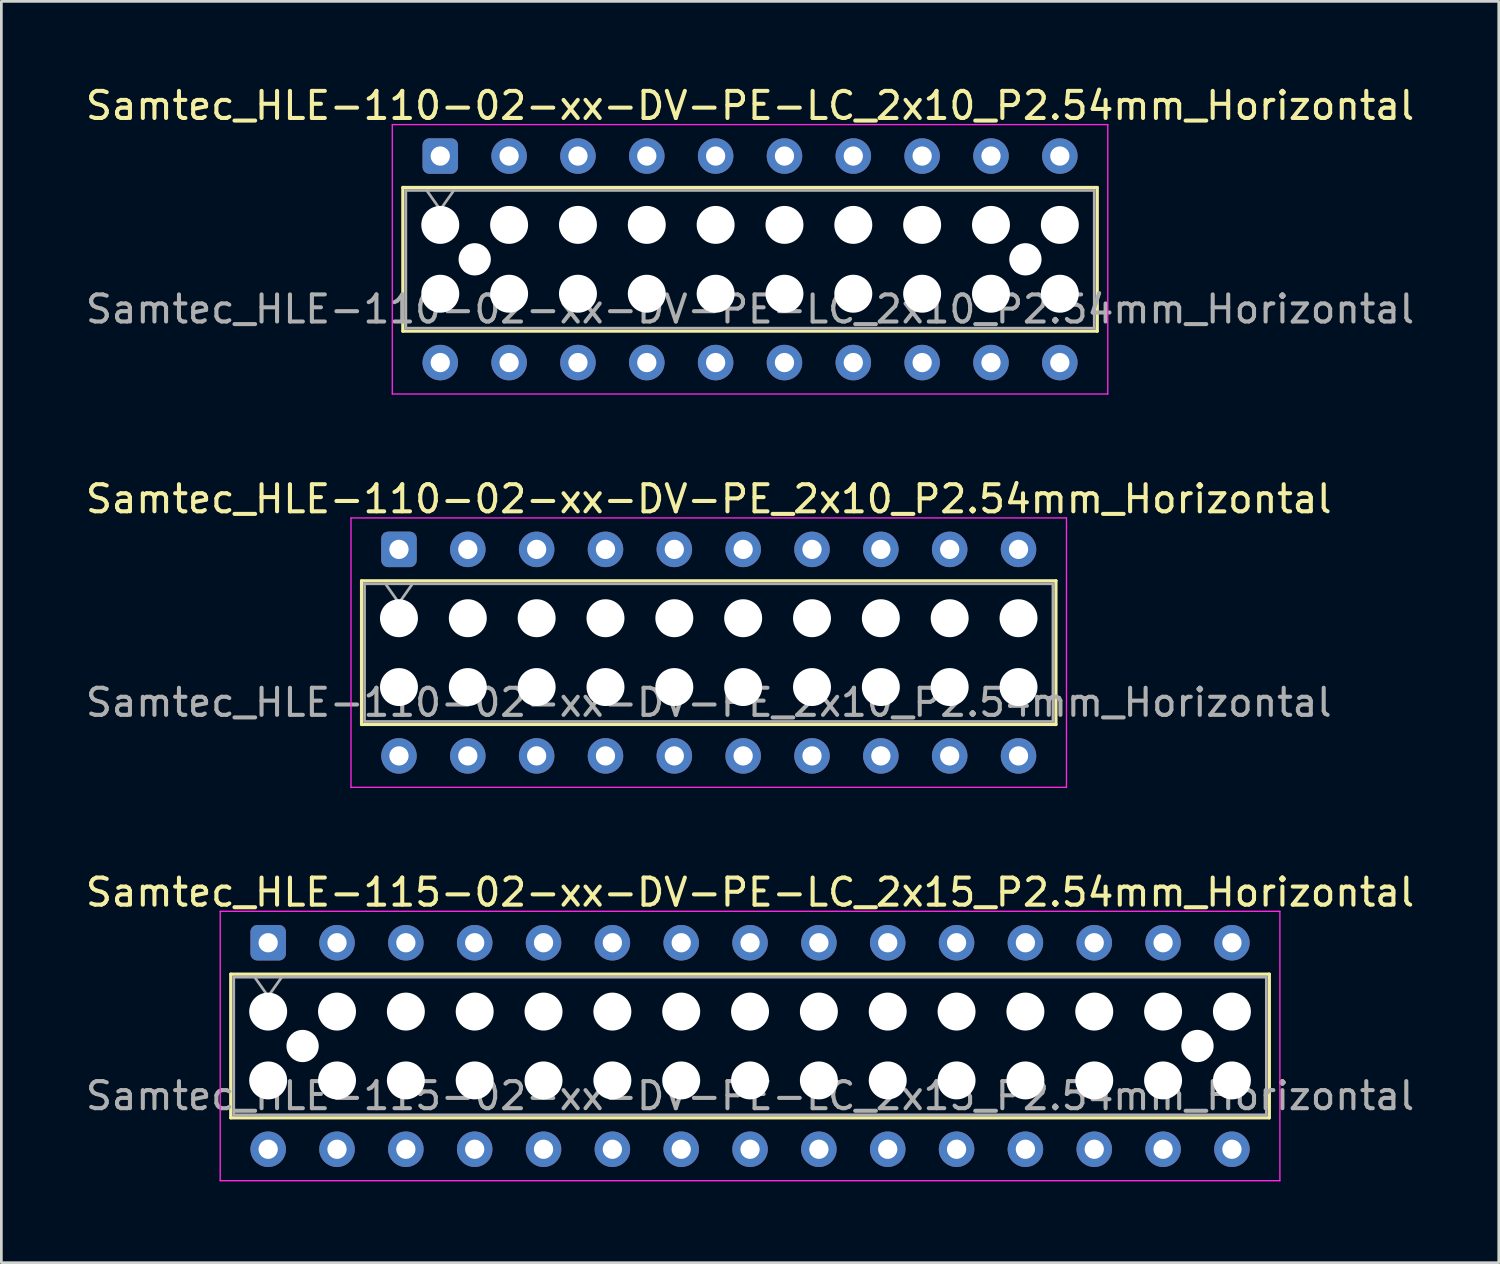
<source format=kicad_pcb>
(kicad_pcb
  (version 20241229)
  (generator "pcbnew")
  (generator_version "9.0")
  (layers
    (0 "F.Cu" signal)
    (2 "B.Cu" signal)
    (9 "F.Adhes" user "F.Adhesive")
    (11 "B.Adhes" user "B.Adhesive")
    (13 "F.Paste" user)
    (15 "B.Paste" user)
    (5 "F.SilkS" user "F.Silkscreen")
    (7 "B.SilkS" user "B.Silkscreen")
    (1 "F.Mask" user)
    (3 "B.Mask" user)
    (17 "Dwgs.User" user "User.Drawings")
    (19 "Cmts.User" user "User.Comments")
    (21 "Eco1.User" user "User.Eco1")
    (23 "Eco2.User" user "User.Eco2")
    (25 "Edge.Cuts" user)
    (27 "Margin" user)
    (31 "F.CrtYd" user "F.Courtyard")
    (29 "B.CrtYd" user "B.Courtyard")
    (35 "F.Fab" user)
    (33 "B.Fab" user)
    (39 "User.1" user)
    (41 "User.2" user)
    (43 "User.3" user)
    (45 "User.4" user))
  (footprint "Samtec_HLE-115-02-xx-DV-PE-LC_2x15_P2.54mm_Horizontal"
    (layer "F.Cu")
    (at 6.845 31.735)
    (property "Reference" "Samtec_HLE-115-02-xx-DV-PE-LC_2x15_P2.54mm_Horizontal" (at 17.78 -1.86 0) (layer "F.SilkS") (effects (font (size 1 1) (thickness 0.15))))
    (attr through_hole)
    (fp_line (start -1.38 1.16) (end 36.94 1.16) (stroke (width 0.12) (type solid)) (layer "F.SilkS"))
    (fp_line (start -1.38 6.46) (end -1.38 1.16) (stroke (width 0.12) (type solid)) (layer "F.SilkS"))
    (fp_line (start 36.94 1.16) (end 36.94 6.46) (stroke (width 0.12) (type solid)) (layer "F.SilkS"))
    (fp_line (start 36.94 6.46) (end -1.38 6.46) (stroke (width 0.12) (type solid)) (layer "F.SilkS"))
    (fp_line (start -1.77 -1.16) (end 37.33 -1.16) (stroke (width 0.05) (type solid)) (layer "F.CrtYd"))
    (fp_line (start -1.77 8.78) (end -1.77 -1.16) (stroke (width 0.05) (type solid)) (layer "F.CrtYd"))
    (fp_line (start 37.33 -1.16) (end 37.33 8.78) (stroke (width 0.05) (type solid)) (layer "F.CrtYd"))
    (fp_line (start 37.33 8.78) (end -1.77 8.78) (stroke (width 0.05) (type solid)) (layer "F.CrtYd"))
    (fp_line (start -1.27 1.27) (end 36.83 1.27) (stroke (width 0.1) (type solid)) (layer "F.Fab"))
    (fp_line (start -1.27 6.35) (end -1.27 1.27) (stroke (width 0.1) (type solid)) (layer "F.Fab"))
    (fp_line (start -0.5 1.27) (end 0 1.977) (stroke (width 0.1) (type solid)) (layer "F.Fab"))
    (fp_line (start 0 1.977) (end 0.5 1.27) (stroke (width 0.1) (type solid)) (layer "F.Fab"))
    (fp_line (start 36.83 1.27) (end 36.83 6.35) (stroke (width 0.1) (type solid)) (layer "F.Fab"))
    (fp_line (start 36.83 6.35) (end -1.27 6.35) (stroke (width 0.1) (type solid)) (layer "F.Fab"))
    (fp_text user "${REFERENCE}" (at 17.78 5.65 0) (layer "F.Fab") (effects (font (size 1 1) (thickness 0.15))))
    (pad "" np_thru_hole circle (at 0 2.54) (size 1.4 1.4) (drill 1.4) (layers "*.Cu" "*.Mask"))
    (pad "" np_thru_hole circle (at 0 5.08) (size 1.4 1.4) (drill 1.4) (layers "*.Cu" "*.Mask"))
    (pad "" np_thru_hole circle (at 1.27 3.81) (size 1.19 1.19) (drill 1.19) (layers "*.Cu" "*.Mask"))
    (pad "" np_thru_hole circle (at 2.54 2.54) (size 1.4 1.4) (drill 1.4) (layers "*.Cu" "*.Mask"))
    (pad "" np_thru_hole circle (at 2.54 5.08) (size 1.4 1.4) (drill 1.4) (layers "*.Cu" "*.Mask"))
    (pad "" np_thru_hole circle (at 5.08 2.54) (size 1.4 1.4) (drill 1.4) (layers "*.Cu" "*.Mask"))
    (pad "" np_thru_hole circle (at 5.08 5.08) (size 1.4 1.4) (drill 1.4) (layers "*.Cu" "*.Mask"))
    (pad "" np_thru_hole circle (at 7.62 2.54) (size 1.4 1.4) (drill 1.4) (layers "*.Cu" "*.Mask"))
    (pad "" np_thru_hole circle (at 7.62 5.08) (size 1.4 1.4) (drill 1.4) (layers "*.Cu" "*.Mask"))
    (pad "" np_thru_hole circle (at 10.16 2.54) (size 1.4 1.4) (drill 1.4) (layers "*.Cu" "*.Mask"))
    (pad "" np_thru_hole circle (at 10.16 5.08) (size 1.4 1.4) (drill 1.4) (layers "*.Cu" "*.Mask"))
    (pad "" np_thru_hole circle (at 12.7 2.54) (size 1.4 1.4) (drill 1.4) (layers "*.Cu" "*.Mask"))
    (pad "" np_thru_hole circle (at 12.7 5.08) (size 1.4 1.4) (drill 1.4) (layers "*.Cu" "*.Mask"))
    (pad "" np_thru_hole circle (at 15.24 2.54) (size 1.4 1.4) (drill 1.4) (layers "*.Cu" "*.Mask"))
    (pad "" np_thru_hole circle (at 15.24 5.08) (size 1.4 1.4) (drill 1.4) (layers "*.Cu" "*.Mask"))
    (pad "" np_thru_hole circle (at 17.78 2.54) (size 1.4 1.4) (drill 1.4) (layers "*.Cu" "*.Mask"))
    (pad "" np_thru_hole circle (at 17.78 5.08) (size 1.4 1.4) (drill 1.4) (layers "*.Cu" "*.Mask"))
    (pad "" np_thru_hole circle (at 20.32 2.54) (size 1.4 1.4) (drill 1.4) (layers "*.Cu" "*.Mask"))
    (pad "" np_thru_hole circle (at 20.32 5.08) (size 1.4 1.4) (drill 1.4) (layers "*.Cu" "*.Mask"))
    (pad "" np_thru_hole circle (at 22.86 2.54) (size 1.4 1.4) (drill 1.4) (layers "*.Cu" "*.Mask"))
    (pad "" np_thru_hole circle (at 22.86 5.08) (size 1.4 1.4) (drill 1.4) (layers "*.Cu" "*.Mask"))
    (pad "" np_thru_hole circle (at 25.4 2.54) (size 1.4 1.4) (drill 1.4) (layers "*.Cu" "*.Mask"))
    (pad "" np_thru_hole circle (at 25.4 5.08) (size 1.4 1.4) (drill 1.4) (layers "*.Cu" "*.Mask"))
    (pad "" np_thru_hole circle (at 27.94 2.54) (size 1.4 1.4) (drill 1.4) (layers "*.Cu" "*.Mask"))
    (pad "" np_thru_hole circle (at 27.94 5.08) (size 1.4 1.4) (drill 1.4) (layers "*.Cu" "*.Mask"))
    (pad "" np_thru_hole circle (at 30.48 2.54) (size 1.4 1.4) (drill 1.4) (layers "*.Cu" "*.Mask"))
    (pad "" np_thru_hole circle (at 30.48 5.08) (size 1.4 1.4) (drill 1.4) (layers "*.Cu" "*.Mask"))
    (pad "" np_thru_hole circle (at 33.02 2.54) (size 1.4 1.4) (drill 1.4) (layers "*.Cu" "*.Mask"))
    (pad "" np_thru_hole circle (at 33.02 5.08) (size 1.4 1.4) (drill 1.4) (layers "*.Cu" "*.Mask"))
    (pad "" np_thru_hole circle (at 34.29 3.81) (size 1.19 1.19) (drill 1.19) (layers "*.Cu" "*.Mask"))
    (pad "" np_thru_hole circle (at 35.56 2.54) (size 1.4 1.4) (drill 1.4) (layers "*.Cu" "*.Mask"))
    (pad "" np_thru_hole circle (at 35.56 5.08) (size 1.4 1.4) (drill 1.4) (layers "*.Cu" "*.Mask"))
    (pad "1" thru_hole roundrect (at 0 0) (size 1.31 1.31) (drill 0.71) (layers "*.Cu" "*.Mask") (roundrect_rratio 0.191))
    (pad "2" thru_hole circle (at 0 7.62) (size 1.31 1.31) (drill 0.71) (layers "*.Cu" "*.Mask"))
    (pad "3" thru_hole circle (at 2.54 0) (size 1.31 1.31) (drill 0.71) (layers "*.Cu" "*.Mask"))
    (pad "4" thru_hole circle (at 2.54 7.62) (size 1.31 1.31) (drill 0.71) (layers "*.Cu" "*.Mask"))
    (pad "5" thru_hole circle (at 5.08 0) (size 1.31 1.31) (drill 0.71) (layers "*.Cu" "*.Mask"))
    (pad "6" thru_hole circle (at 5.08 7.62) (size 1.31 1.31) (drill 0.71) (layers "*.Cu" "*.Mask"))
    (pad "7" thru_hole circle (at 7.62 0) (size 1.31 1.31) (drill 0.71) (layers "*.Cu" "*.Mask"))
    (pad "8" thru_hole circle (at 7.62 7.62) (size 1.31 1.31) (drill 0.71) (layers "*.Cu" "*.Mask"))
    (pad "9" thru_hole circle (at 10.16 0) (size 1.31 1.31) (drill 0.71) (layers "*.Cu" "*.Mask"))
    (pad "10" thru_hole circle (at 10.16 7.62) (size 1.31 1.31) (drill 0.71) (layers "*.Cu" "*.Mask"))
    (pad "11" thru_hole circle (at 12.7 0) (size 1.31 1.31) (drill 0.71) (layers "*.Cu" "*.Mask"))
    (pad "12" thru_hole circle (at 12.7 7.62) (size 1.31 1.31) (drill 0.71) (layers "*.Cu" "*.Mask"))
    (pad "13" thru_hole circle (at 15.24 0) (size 1.31 1.31) (drill 0.71) (layers "*.Cu" "*.Mask"))
    (pad "14" thru_hole circle (at 15.24 7.62) (size 1.31 1.31) (drill 0.71) (layers "*.Cu" "*.Mask"))
    (pad "15" thru_hole circle (at 17.78 0) (size 1.31 1.31) (drill 0.71) (layers "*.Cu" "*.Mask"))
    (pad "16" thru_hole circle (at 17.78 7.62) (size 1.31 1.31) (drill 0.71) (layers "*.Cu" "*.Mask"))
    (pad "17" thru_hole circle (at 20.32 0) (size 1.31 1.31) (drill 0.71) (layers "*.Cu" "*.Mask"))
    (pad "18" thru_hole circle (at 20.32 7.62) (size 1.31 1.31) (drill 0.71) (layers "*.Cu" "*.Mask"))
    (pad "19" thru_hole circle (at 22.86 0) (size 1.31 1.31) (drill 0.71) (layers "*.Cu" "*.Mask"))
    (pad "20" thru_hole circle (at 22.86 7.62) (size 1.31 1.31) (drill 0.71) (layers "*.Cu" "*.Mask"))
    (pad "21" thru_hole circle (at 25.4 0) (size 1.31 1.31) (drill 0.71) (layers "*.Cu" "*.Mask"))
    (pad "22" thru_hole circle (at 25.4 7.62) (size 1.31 1.31) (drill 0.71) (layers "*.Cu" "*.Mask"))
    (pad "23" thru_hole circle (at 27.94 0) (size 1.31 1.31) (drill 0.71) (layers "*.Cu" "*.Mask"))
    (pad "24" thru_hole circle (at 27.94 7.62) (size 1.31 1.31) (drill 0.71) (layers "*.Cu" "*.Mask"))
    (pad "25" thru_hole circle (at 30.48 0) (size 1.31 1.31) (drill 0.71) (layers "*.Cu" "*.Mask"))
    (pad "26" thru_hole circle (at 30.48 7.62) (size 1.31 1.31) (drill 0.71) (layers "*.Cu" "*.Mask"))
    (pad "27" thru_hole circle (at 33.02 0) (size 1.31 1.31) (drill 0.71) (layers "*.Cu" "*.Mask"))
    (pad "28" thru_hole circle (at 33.02 7.62) (size 1.31 1.31) (drill 0.71) (layers "*.Cu" "*.Mask"))
    (pad "29" thru_hole circle (at 35.56 0) (size 1.31 1.31) (drill 0.71) (layers "*.Cu" "*.Mask"))
    (pad "30" thru_hole circle (at 35.56 7.62) (size 1.31 1.31) (drill 0.71) (layers "*.Cu" "*.Mask")))
  (footprint "Samtec_HLE-110-02-xx-DV-PE-LC_2x10_P2.54mm_Horizontal"
    (layer "F.Cu")
    (at 13.195 2.708)
    (property "Reference" "Samtec_HLE-110-02-xx-DV-PE-LC_2x10_P2.54mm_Horizontal" (at 11.43 -1.86 0) (layer "F.SilkS") (effects (font (size 1 1) (thickness 0.15))))
    (attr through_hole)
    (fp_line (start -1.38 1.16) (end 24.24 1.16) (stroke (width 0.12) (type solid)) (layer "F.SilkS"))
    (fp_line (start -1.38 6.46) (end -1.38 1.16) (stroke (width 0.12) (type solid)) (layer "F.SilkS"))
    (fp_line (start 24.24 1.16) (end 24.24 6.46) (stroke (width 0.12) (type solid)) (layer "F.SilkS"))
    (fp_line (start 24.24 6.46) (end -1.38 6.46) (stroke (width 0.12) (type solid)) (layer "F.SilkS"))
    (fp_line (start -1.77 -1.16) (end 24.63 -1.16) (stroke (width 0.05) (type solid)) (layer "F.CrtYd"))
    (fp_line (start -1.77 8.78) (end -1.77 -1.16) (stroke (width 0.05) (type solid)) (layer "F.CrtYd"))
    (fp_line (start 24.63 -1.16) (end 24.63 8.78) (stroke (width 0.05) (type solid)) (layer "F.CrtYd"))
    (fp_line (start 24.63 8.78) (end -1.77 8.78) (stroke (width 0.05) (type solid)) (layer "F.CrtYd"))
    (fp_line (start -1.27 1.27) (end 24.13 1.27) (stroke (width 0.1) (type solid)) (layer "F.Fab"))
    (fp_line (start -1.27 6.35) (end -1.27 1.27) (stroke (width 0.1) (type solid)) (layer "F.Fab"))
    (fp_line (start -0.5 1.27) (end 0 1.977) (stroke (width 0.1) (type solid)) (layer "F.Fab"))
    (fp_line (start 0 1.977) (end 0.5 1.27) (stroke (width 0.1) (type solid)) (layer "F.Fab"))
    (fp_line (start 24.13 1.27) (end 24.13 6.35) (stroke (width 0.1) (type solid)) (layer "F.Fab"))
    (fp_line (start 24.13 6.35) (end -1.27 6.35) (stroke (width 0.1) (type solid)) (layer "F.Fab"))
    (fp_text user "${REFERENCE}" (at 11.43 5.65 0) (layer "F.Fab") (effects (font (size 1 1) (thickness 0.15))))
    (pad "" np_thru_hole circle (at 0 2.54) (size 1.4 1.4) (drill 1.4) (layers "*.Cu" "*.Mask"))
    (pad "" np_thru_hole circle (at 0 5.08) (size 1.4 1.4) (drill 1.4) (layers "*.Cu" "*.Mask"))
    (pad "" np_thru_hole circle (at 1.27 3.81) (size 1.19 1.19) (drill 1.19) (layers "*.Cu" "*.Mask"))
    (pad "" np_thru_hole circle (at 2.54 2.54) (size 1.4 1.4) (drill 1.4) (layers "*.Cu" "*.Mask"))
    (pad "" np_thru_hole circle (at 2.54 5.08) (size 1.4 1.4) (drill 1.4) (layers "*.Cu" "*.Mask"))
    (pad "" np_thru_hole circle (at 5.08 2.54) (size 1.4 1.4) (drill 1.4) (layers "*.Cu" "*.Mask"))
    (pad "" np_thru_hole circle (at 5.08 5.08) (size 1.4 1.4) (drill 1.4) (layers "*.Cu" "*.Mask"))
    (pad "" np_thru_hole circle (at 7.62 2.54) (size 1.4 1.4) (drill 1.4) (layers "*.Cu" "*.Mask"))
    (pad "" np_thru_hole circle (at 7.62 5.08) (size 1.4 1.4) (drill 1.4) (layers "*.Cu" "*.Mask"))
    (pad "" np_thru_hole circle (at 10.16 2.54) (size 1.4 1.4) (drill 1.4) (layers "*.Cu" "*.Mask"))
    (pad "" np_thru_hole circle (at 10.16 5.08) (size 1.4 1.4) (drill 1.4) (layers "*.Cu" "*.Mask"))
    (pad "" np_thru_hole circle (at 12.7 2.54) (size 1.4 1.4) (drill 1.4) (layers "*.Cu" "*.Mask"))
    (pad "" np_thru_hole circle (at 12.7 5.08) (size 1.4 1.4) (drill 1.4) (layers "*.Cu" "*.Mask"))
    (pad "" np_thru_hole circle (at 15.24 2.54) (size 1.4 1.4) (drill 1.4) (layers "*.Cu" "*.Mask"))
    (pad "" np_thru_hole circle (at 15.24 5.08) (size 1.4 1.4) (drill 1.4) (layers "*.Cu" "*.Mask"))
    (pad "" np_thru_hole circle (at 17.78 2.54) (size 1.4 1.4) (drill 1.4) (layers "*.Cu" "*.Mask"))
    (pad "" np_thru_hole circle (at 17.78 5.08) (size 1.4 1.4) (drill 1.4) (layers "*.Cu" "*.Mask"))
    (pad "" np_thru_hole circle (at 20.32 2.54) (size 1.4 1.4) (drill 1.4) (layers "*.Cu" "*.Mask"))
    (pad "" np_thru_hole circle (at 20.32 5.08) (size 1.4 1.4) (drill 1.4) (layers "*.Cu" "*.Mask"))
    (pad "" np_thru_hole circle (at 21.59 3.81) (size 1.19 1.19) (drill 1.19) (layers "*.Cu" "*.Mask"))
    (pad "" np_thru_hole circle (at 22.86 2.54) (size 1.4 1.4) (drill 1.4) (layers "*.Cu" "*.Mask"))
    (pad "" np_thru_hole circle (at 22.86 5.08) (size 1.4 1.4) (drill 1.4) (layers "*.Cu" "*.Mask"))
    (pad "1" thru_hole roundrect (at 0 0) (size 1.31 1.31) (drill 0.71) (layers "*.Cu" "*.Mask") (roundrect_rratio 0.191))
    (pad "2" thru_hole circle (at 0 7.62) (size 1.31 1.31) (drill 0.71) (layers "*.Cu" "*.Mask"))
    (pad "3" thru_hole circle (at 2.54 0) (size 1.31 1.31) (drill 0.71) (layers "*.Cu" "*.Mask"))
    (pad "4" thru_hole circle (at 2.54 7.62) (size 1.31 1.31) (drill 0.71) (layers "*.Cu" "*.Mask"))
    (pad "5" thru_hole circle (at 5.08 0) (size 1.31 1.31) (drill 0.71) (layers "*.Cu" "*.Mask"))
    (pad "6" thru_hole circle (at 5.08 7.62) (size 1.31 1.31) (drill 0.71) (layers "*.Cu" "*.Mask"))
    (pad "7" thru_hole circle (at 7.62 0) (size 1.31 1.31) (drill 0.71) (layers "*.Cu" "*.Mask"))
    (pad "8" thru_hole circle (at 7.62 7.62) (size 1.31 1.31) (drill 0.71) (layers "*.Cu" "*.Mask"))
    (pad "9" thru_hole circle (at 10.16 0) (size 1.31 1.31) (drill 0.71) (layers "*.Cu" "*.Mask"))
    (pad "10" thru_hole circle (at 10.16 7.62) (size 1.31 1.31) (drill 0.71) (layers "*.Cu" "*.Mask"))
    (pad "11" thru_hole circle (at 12.7 0) (size 1.31 1.31) (drill 0.71) (layers "*.Cu" "*.Mask"))
    (pad "12" thru_hole circle (at 12.7 7.62) (size 1.31 1.31) (drill 0.71) (layers "*.Cu" "*.Mask"))
    (pad "13" thru_hole circle (at 15.24 0) (size 1.31 1.31) (drill 0.71) (layers "*.Cu" "*.Mask"))
    (pad "14" thru_hole circle (at 15.24 7.62) (size 1.31 1.31) (drill 0.71) (layers "*.Cu" "*.Mask"))
    (pad "15" thru_hole circle (at 17.78 0) (size 1.31 1.31) (drill 0.71) (layers "*.Cu" "*.Mask"))
    (pad "16" thru_hole circle (at 17.78 7.62) (size 1.31 1.31) (drill 0.71) (layers "*.Cu" "*.Mask"))
    (pad "17" thru_hole circle (at 20.32 0) (size 1.31 1.31) (drill 0.71) (layers "*.Cu" "*.Mask"))
    (pad "18" thru_hole circle (at 20.32 7.62) (size 1.31 1.31) (drill 0.71) (layers "*.Cu" "*.Mask"))
    (pad "19" thru_hole circle (at 22.86 0) (size 1.31 1.31) (drill 0.71) (layers "*.Cu" "*.Mask"))
    (pad "20" thru_hole circle (at 22.86 7.62) (size 1.31 1.31) (drill 0.71) (layers "*.Cu" "*.Mask")))
  (footprint "Samtec_HLE-110-02-xx-DV-PE_2x10_P2.54mm_Horizontal"
    (layer "F.Cu")
    (at 11.671 17.221)
    (property "Reference" "Samtec_HLE-110-02-xx-DV-PE_2x10_P2.54mm_Horizontal" (at 11.43 -1.86 0) (layer "F.SilkS") (effects (font (size 1 1) (thickness 0.15))))
    (attr through_hole)
    (fp_line (start -1.38 1.16) (end 24.24 1.16) (stroke (width 0.12) (type solid)) (layer "F.SilkS"))
    (fp_line (start -1.38 6.46) (end -1.38 1.16) (stroke (width 0.12) (type solid)) (layer "F.SilkS"))
    (fp_line (start 24.24 1.16) (end 24.24 6.46) (stroke (width 0.12) (type solid)) (layer "F.SilkS"))
    (fp_line (start 24.24 6.46) (end -1.38 6.46) (stroke (width 0.12) (type solid)) (layer "F.SilkS"))
    (fp_line (start -1.77 -1.16) (end 24.63 -1.16) (stroke (width 0.05) (type solid)) (layer "F.CrtYd"))
    (fp_line (start -1.77 8.78) (end -1.77 -1.16) (stroke (width 0.05) (type solid)) (layer "F.CrtYd"))
    (fp_line (start 24.63 -1.16) (end 24.63 8.78) (stroke (width 0.05) (type solid)) (layer "F.CrtYd"))
    (fp_line (start 24.63 8.78) (end -1.77 8.78) (stroke (width 0.05) (type solid)) (layer "F.CrtYd"))
    (fp_line (start -1.27 1.27) (end 24.13 1.27) (stroke (width 0.1) (type solid)) (layer "F.Fab"))
    (fp_line (start -1.27 6.35) (end -1.27 1.27) (stroke (width 0.1) (type solid)) (layer "F.Fab"))
    (fp_line (start -0.5 1.27) (end 0 1.977) (stroke (width 0.1) (type solid)) (layer "F.Fab"))
    (fp_line (start 0 1.977) (end 0.5 1.27) (stroke (width 0.1) (type solid)) (layer "F.Fab"))
    (fp_line (start 24.13 1.27) (end 24.13 6.35) (stroke (width 0.1) (type solid)) (layer "F.Fab"))
    (fp_line (start 24.13 6.35) (end -1.27 6.35) (stroke (width 0.1) (type solid)) (layer "F.Fab"))
    (fp_text user "${REFERENCE}" (at 11.43 5.65 0) (layer "F.Fab") (effects (font (size 1 1) (thickness 0.15))))
    (pad "" np_thru_hole circle (at 0 2.54) (size 1.4 1.4) (drill 1.4) (layers "*.Cu" "*.Mask"))
    (pad "" np_thru_hole circle (at 0 5.08) (size 1.4 1.4) (drill 1.4) (layers "*.Cu" "*.Mask"))
    (pad "" np_thru_hole circle (at 2.54 2.54) (size 1.4 1.4) (drill 1.4) (layers "*.Cu" "*.Mask"))
    (pad "" np_thru_hole circle (at 2.54 5.08) (size 1.4 1.4) (drill 1.4) (layers "*.Cu" "*.Mask"))
    (pad "" np_thru_hole circle (at 5.08 2.54) (size 1.4 1.4) (drill 1.4) (layers "*.Cu" "*.Mask"))
    (pad "" np_thru_hole circle (at 5.08 5.08) (size 1.4 1.4) (drill 1.4) (layers "*.Cu" "*.Mask"))
    (pad "" np_thru_hole circle (at 7.62 2.54) (size 1.4 1.4) (drill 1.4) (layers "*.Cu" "*.Mask"))
    (pad "" np_thru_hole circle (at 7.62 5.08) (size 1.4 1.4) (drill 1.4) (layers "*.Cu" "*.Mask"))
    (pad "" np_thru_hole circle (at 10.16 2.54) (size 1.4 1.4) (drill 1.4) (layers "*.Cu" "*.Mask"))
    (pad "" np_thru_hole circle (at 10.16 5.08) (size 1.4 1.4) (drill 1.4) (layers "*.Cu" "*.Mask"))
    (pad "" np_thru_hole circle (at 12.7 2.54) (size 1.4 1.4) (drill 1.4) (layers "*.Cu" "*.Mask"))
    (pad "" np_thru_hole circle (at 12.7 5.08) (size 1.4 1.4) (drill 1.4) (layers "*.Cu" "*.Mask"))
    (pad "" np_thru_hole circle (at 15.24 2.54) (size 1.4 1.4) (drill 1.4) (layers "*.Cu" "*.Mask"))
    (pad "" np_thru_hole circle (at 15.24 5.08) (size 1.4 1.4) (drill 1.4) (layers "*.Cu" "*.Mask"))
    (pad "" np_thru_hole circle (at 17.78 2.54) (size 1.4 1.4) (drill 1.4) (layers "*.Cu" "*.Mask"))
    (pad "" np_thru_hole circle (at 17.78 5.08) (size 1.4 1.4) (drill 1.4) (layers "*.Cu" "*.Mask"))
    (pad "" np_thru_hole circle (at 20.32 2.54) (size 1.4 1.4) (drill 1.4) (layers "*.Cu" "*.Mask"))
    (pad "" np_thru_hole circle (at 20.32 5.08) (size 1.4 1.4) (drill 1.4) (layers "*.Cu" "*.Mask"))
    (pad "" np_thru_hole circle (at 22.86 2.54) (size 1.4 1.4) (drill 1.4) (layers "*.Cu" "*.Mask"))
    (pad "" np_thru_hole circle (at 22.86 5.08) (size 1.4 1.4) (drill 1.4) (layers "*.Cu" "*.Mask"))
    (pad "1" thru_hole roundrect (at 0 0) (size 1.31 1.31) (drill 0.71) (layers "*.Cu" "*.Mask") (roundrect_rratio 0.191))
    (pad "2" thru_hole circle (at 0 7.62) (size 1.31 1.31) (drill 0.71) (layers "*.Cu" "*.Mask"))
    (pad "3" thru_hole circle (at 2.54 0) (size 1.31 1.31) (drill 0.71) (layers "*.Cu" "*.Mask"))
    (pad "4" thru_hole circle (at 2.54 7.62) (size 1.31 1.31) (drill 0.71) (layers "*.Cu" "*.Mask"))
    (pad "5" thru_hole circle (at 5.08 0) (size 1.31 1.31) (drill 0.71) (layers "*.Cu" "*.Mask"))
    (pad "6" thru_hole circle (at 5.08 7.62) (size 1.31 1.31) (drill 0.71) (layers "*.Cu" "*.Mask"))
    (pad "7" thru_hole circle (at 7.62 0) (size 1.31 1.31) (drill 0.71) (layers "*.Cu" "*.Mask"))
    (pad "8" thru_hole circle (at 7.62 7.62) (size 1.31 1.31) (drill 0.71) (layers "*.Cu" "*.Mask"))
    (pad "9" thru_hole circle (at 10.16 0) (size 1.31 1.31) (drill 0.71) (layers "*.Cu" "*.Mask"))
    (pad "10" thru_hole circle (at 10.16 7.62) (size 1.31 1.31) (drill 0.71) (layers "*.Cu" "*.Mask"))
    (pad "11" thru_hole circle (at 12.7 0) (size 1.31 1.31) (drill 0.71) (layers "*.Cu" "*.Mask"))
    (pad "12" thru_hole circle (at 12.7 7.62) (size 1.31 1.31) (drill 0.71) (layers "*.Cu" "*.Mask"))
    (pad "13" thru_hole circle (at 15.24 0) (size 1.31 1.31) (drill 0.71) (layers "*.Cu" "*.Mask"))
    (pad "14" thru_hole circle (at 15.24 7.62) (size 1.31 1.31) (drill 0.71) (layers "*.Cu" "*.Mask"))
    (pad "15" thru_hole circle (at 17.78 0) (size 1.31 1.31) (drill 0.71) (layers "*.Cu" "*.Mask"))
    (pad "16" thru_hole circle (at 17.78 7.62) (size 1.31 1.31) (drill 0.71) (layers "*.Cu" "*.Mask"))
    (pad "17" thru_hole circle (at 20.32 0) (size 1.31 1.31) (drill 0.71) (layers "*.Cu" "*.Mask"))
    (pad "18" thru_hole circle (at 20.32 7.62) (size 1.31 1.31) (drill 0.71) (layers "*.Cu" "*.Mask"))
    (pad "19" thru_hole circle (at 22.86 0) (size 1.31 1.31) (drill 0.71) (layers "*.Cu" "*.Mask"))
    (pad "20" thru_hole circle (at 22.86 7.62) (size 1.31 1.31) (drill 0.71) (layers "*.Cu" "*.Mask")))
  (gr_rect
    (start -3 -3)
    (end 52.25 43.54)
    (stroke (width 0.1) (type default))
    (fill no)
    (layer "Edge.Cuts")))
</source>
